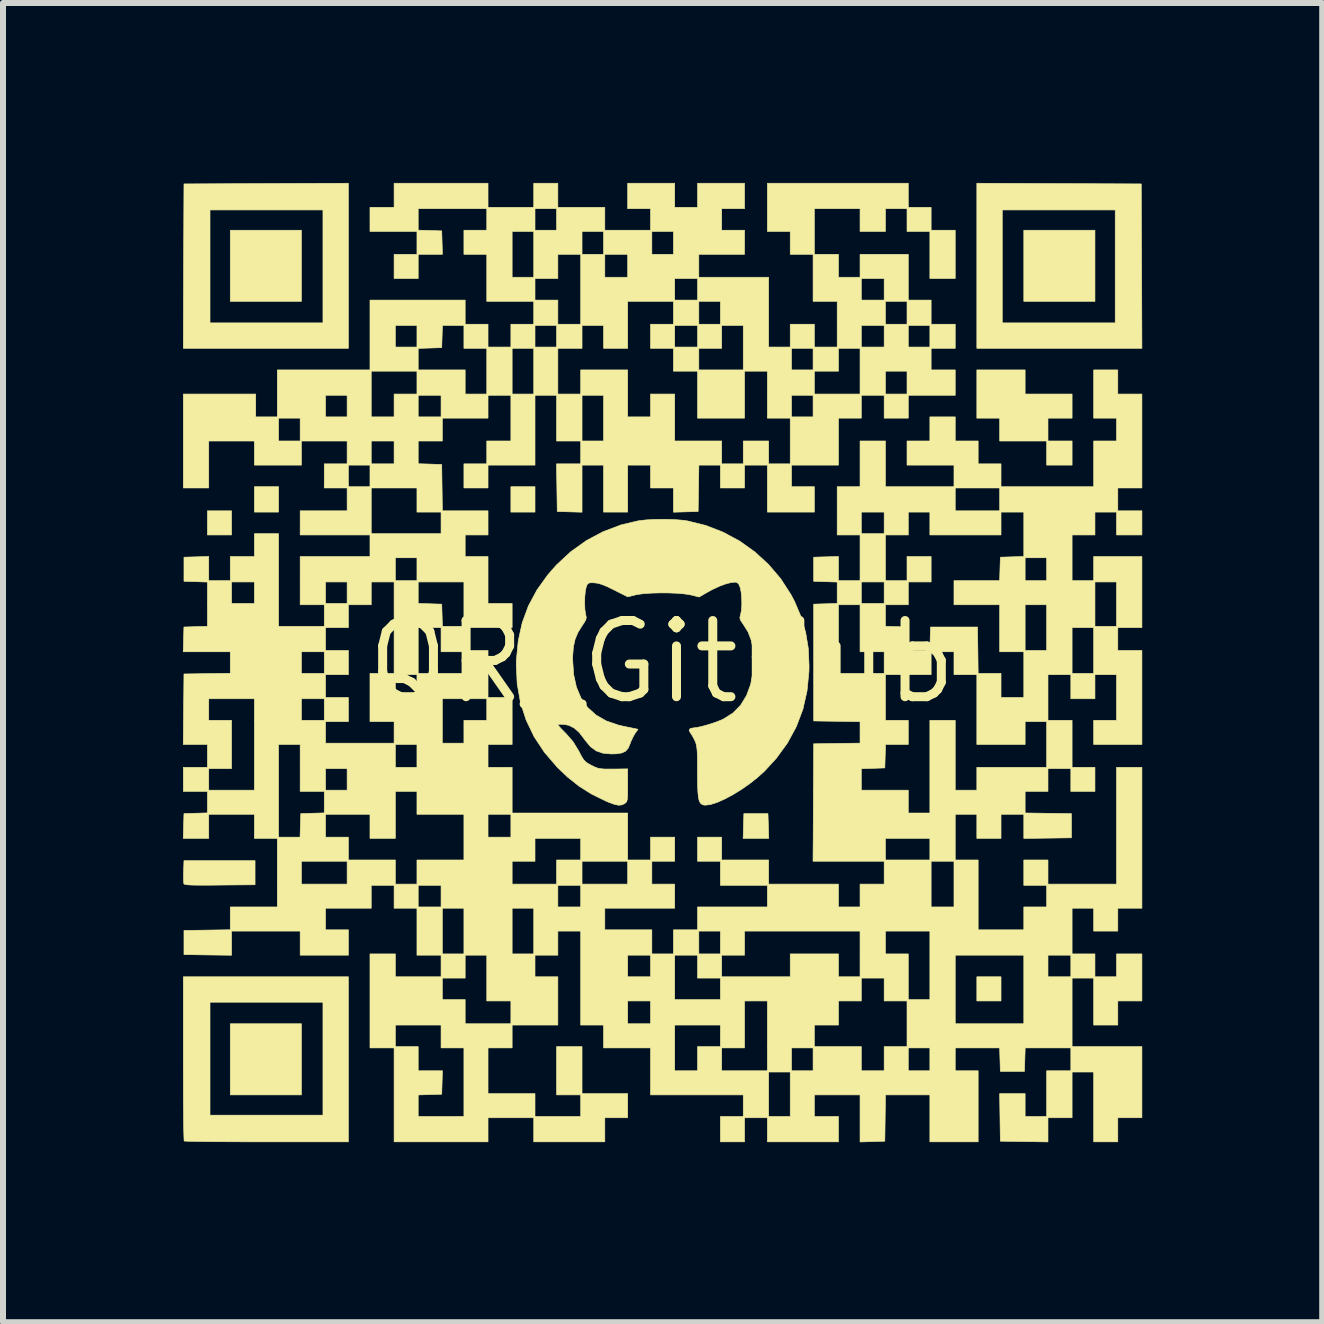
<source format=kicad_pcb>
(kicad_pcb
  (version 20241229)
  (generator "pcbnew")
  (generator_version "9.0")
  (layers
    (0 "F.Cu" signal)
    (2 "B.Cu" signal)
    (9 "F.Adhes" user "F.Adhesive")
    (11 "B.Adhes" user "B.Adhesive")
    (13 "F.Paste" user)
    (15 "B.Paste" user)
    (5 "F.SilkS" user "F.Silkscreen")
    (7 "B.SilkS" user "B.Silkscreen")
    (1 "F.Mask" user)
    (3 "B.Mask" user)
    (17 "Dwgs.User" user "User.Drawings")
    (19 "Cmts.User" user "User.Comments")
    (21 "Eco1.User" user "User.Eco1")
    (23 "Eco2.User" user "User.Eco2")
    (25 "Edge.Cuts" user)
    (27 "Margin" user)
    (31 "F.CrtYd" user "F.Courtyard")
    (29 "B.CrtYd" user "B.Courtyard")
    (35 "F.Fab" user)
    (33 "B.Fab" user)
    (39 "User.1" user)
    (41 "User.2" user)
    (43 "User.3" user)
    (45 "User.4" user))
  (footprint "QR_GitHub"
    (layer "F.Cu")
    (at 7.986 7.985)
    (property "Reference" "QR_GitHub" (at 0 0 0) (layer "F.SilkS") (effects (font (size 1.27 1.27) (thickness 0.15))))
    (attr through_hole)
    (fp_poly (pts (xy -7.176 -2.117) (xy -7.578 -2.117) (xy -7.578 -2.519) (xy -7.176 -2.519) (xy -7.176 -2.117)) (stroke (width 0.01) (type solid)) (fill yes) (layer "F.SilkS"))
    (fp_poly (pts (xy -6.392 -2.498) (xy -6.795 -2.498) (xy -6.795 -2.921) (xy -6.392 -2.921) (xy -6.392 -2.498)) (stroke (width 0.01) (type solid)) (fill yes) (layer "F.SilkS"))
    (fp_poly (pts (xy -6.011 -6.011) (xy -7.197 -6.011) (xy -7.197 -7.197) (xy -6.011 -7.197) (xy -6.011 -6.011)) (stroke (width 0.01) (type solid)) (fill yes) (layer "F.SilkS"))
    (fp_poly (pts (xy -6.011 7.218) (xy -7.197 7.218) (xy -7.197 6.032) (xy -6.011 6.032) (xy -6.011 7.218)) (stroke (width 0.01) (type solid)) (fill yes) (layer "F.SilkS"))
    (fp_poly (pts (xy -2.117 -2.498) (xy -2.519 -2.498) (xy -2.519 -2.921) (xy -2.117 -2.921) (xy -2.117 -2.498)) (stroke (width 0.01) (type solid)) (fill yes) (layer "F.SilkS"))
    (fp_poly (pts (xy 1.78 2.942) (xy 1.353 2.942) (xy 1.365 2.529) (xy 1.767 2.529) (xy 1.78 2.942)) (stroke (width 0.01) (type solid)) (fill yes) (layer "F.SilkS"))
    (fp_poly (pts (xy 5.652 5.652) (xy 5.249 5.652) (xy 5.249 5.249) (xy 5.652 5.249) (xy 5.652 5.652)) (stroke (width 0.01) (type solid)) (fill yes) (layer "F.SilkS"))
    (fp_poly (pts (xy 7.218 -6.011) (xy 6.032 -6.011) (xy 6.032 -7.197) (xy 7.218 -7.197) (xy 7.218 -6.011)) (stroke (width 0.01) (type solid)) (fill yes) (layer "F.SilkS"))
    (fp_poly (pts (xy 7.99 -7.969) (xy 7.996 -6.599) (xy 8.001 -5.228) (xy 5.249 -5.228) (xy 5.249 -7.535) (xy 5.673 -7.535) (xy 5.673 -5.652) (xy 7.556 -5.652) (xy 7.556 -7.535) (xy 5.673 -7.535) (xy 5.249 -7.535) (xy 5.249 -7.98) (xy 7.99 -7.969)) (stroke (width 0.01) (type solid)) (fill yes) (layer "F.SilkS"))
    (fp_poly (pts (xy -5.228 -5.228) (xy -7.98 -5.228) (xy -7.975 -6.599) (xy -7.971 -7.535) (xy -7.535 -7.535) (xy -7.535 -5.652) (xy -5.652 -5.652) (xy -5.652 -7.535) (xy -7.535 -7.535) (xy -7.971 -7.535) (xy -7.969 -7.969) (xy -6.599 -7.975) (xy -5.228 -7.98) (xy -5.228 -5.228)) (stroke (width 0.01) (type solid)) (fill yes) (layer "F.SilkS"))
    (fp_poly (pts (xy 6.054 -4.466) (xy 6.837 -4.466) (xy 6.837 -4.064) (xy 6.435 -4.064) (xy 6.435 -3.683) (xy 6.837 -3.683) (xy 6.837 -3.281) (xy 6.413 -3.281) (xy 6.413 -3.683) (xy 5.63 -3.683) (xy 5.63 -4.064) (xy 5.249 -4.064) (xy 5.249 -4.868) (xy 6.054 -4.868) (xy 6.054 -4.466)) (stroke (width 0.01) (type solid)) (fill yes) (layer "F.SilkS"))
    (fp_poly (pts (xy -6.784 3.715) (xy -7.372 3.72) (xy -7.55 3.722) (xy -7.691 3.722) (xy -7.798 3.721) (xy -7.875 3.718) (xy -7.926 3.714) (xy -7.956 3.708) (xy -7.97 3.699) (xy -7.971 3.697) (xy -7.975 3.664) (xy -7.977 3.6) (xy -7.976 3.518) (xy -7.975 3.491) (xy -7.969 3.313) (xy -6.784 3.313) (xy -6.784 3.715)) (stroke (width 0.01) (type solid)) (fill yes) (layer "F.SilkS"))
    (fp_poly (pts (xy -5.228 8.001) (xy -6.59 8.001) (xy -6.826 8.001) (xy -7.05 8) (xy -7.257 7.999) (xy -7.445 7.998) (xy -7.61 7.996) (xy -7.747 7.994) (xy -7.854 7.992) (xy -7.928 7.99) (xy -7.963 7.988) (xy -7.966 7.987) (xy -7.968 7.964) (xy -7.97 7.902) (xy -7.973 7.805) (xy -7.975 7.676) (xy -7.976 7.52) (xy -7.978 7.339) (xy -7.979 7.137) (xy -7.979 6.918) (xy -7.98 6.685) (xy -7.98 6.611) (xy -7.98 5.673) (xy -7.535 5.673) (xy -7.535 7.556) (xy -5.652 7.556) (xy -5.652 5.673) (xy -7.535 5.673) (xy -7.98 5.673) (xy -7.98 5.249) (xy -5.228 5.249) (xy -5.228 8.001)) (stroke (width 0.01) (type solid)) (fill yes) (layer "F.SilkS"))
    (fp_poly (pts (xy 0.212 -2.373) (xy 0.357 -2.361) (xy 0.423 -2.351) (xy 0.728 -2.276) (xy 1.019 -2.163) (xy 1.294 -2.015) (xy 1.548 -1.834) (xy 1.777 -1.624) (xy 1.979 -1.387) (xy 2.148 -1.126) (xy 2.208 -1.013) (xy 2.32 -0.75) (xy 2.396 -0.489) (xy 2.44 -0.219) (xy 2.452 0.069) (xy 2.45 0.163) (xy 2.418 0.485) (xy 2.349 0.79) (xy 2.24 1.078) (xy 2.093 1.35) (xy 1.906 1.607) (xy 1.71 1.82) (xy 1.592 1.927) (xy 1.46 2.031) (xy 1.321 2.128) (xy 1.181 2.214) (xy 1.045 2.286) (xy 0.92 2.342) (xy 0.811 2.377) (xy 0.725 2.388) (xy 0.693 2.385) (xy 0.662 2.372) (xy 0.638 2.35) (xy 0.62 2.313) (xy 0.607 2.256) (xy 0.599 2.173) (xy 0.594 2.061) (xy 0.592 1.913) (xy 0.592 1.835) (xy 0.592 1.687) (xy 0.59 1.574) (xy 0.587 1.49) (xy 0.581 1.429) (xy 0.573 1.382) (xy 0.562 1.344) (xy 0.549 1.313) (xy 0.516 1.249) (xy 0.484 1.196) (xy 0.473 1.182) (xy 0.452 1.14) (xy 0.469 1.111) (xy 0.516 1.101) (xy 0.584 1.093) (xy 0.677 1.072) (xy 0.784 1.042) (xy 0.893 1.006) (xy 0.99 0.968) (xy 1.028 0.95) (xy 1.184 0.851) (xy 1.312 0.72) (xy 1.41 0.56) (xy 1.479 0.372) (xy 1.518 0.156) (xy 1.527 -0.016) (xy 1.519 -0.202) (xy 1.489 -0.36) (xy 1.435 -0.5) (xy 1.352 -0.632) (xy 1.339 -0.65) (xy 1.306 -0.7) (xy 1.298 -0.74) (xy 1.31 -0.786) (xy 1.324 -0.857) (xy 1.331 -0.953) (xy 1.329 -1.06) (xy 1.32 -1.161) (xy 1.305 -1.238) (xy 1.279 -1.3) (xy 1.244 -1.327) (xy 1.232 -1.33) (xy 1.164 -1.326) (xy 1.069 -1.303) (xy 0.96 -1.263) (xy 0.844 -1.209) (xy 0.781 -1.175) (xy 0.619 -1.082) (xy 0.484 -1.116) (xy 0.389 -1.132) (xy 0.264 -1.144) (xy 0.12 -1.15) (xy -0.032 -1.151) (xy -0.18 -1.147) (xy -0.311 -1.138) (xy -0.416 -1.123) (xy -0.439 -1.118) (xy -0.571 -1.085) (xy -0.799 -1.2) (xy -0.912 -1.255) (xy -0.999 -1.291) (xy -1.068 -1.311) (xy -1.129 -1.319) (xy -1.132 -1.319) (xy -1.195 -1.32) (xy -1.23 -1.31) (xy -1.25 -1.284) (xy -1.263 -1.249) (xy -1.278 -1.179) (xy -1.287 -1.082) (xy -1.289 -0.976) (xy -1.285 -0.875) (xy -1.274 -0.796) (xy -1.271 -0.787) (xy -1.262 -0.743) (xy -1.269 -0.705) (xy -1.295 -0.657) (xy -1.325 -0.613) (xy -1.398 -0.497) (xy -1.448 -0.38) (xy -1.477 -0.249) (xy -1.489 -0.095) (xy -1.489 -0.032) (xy -1.473 0.209) (xy -1.426 0.422) (xy -1.348 0.606) (xy -1.238 0.761) (xy -1.098 0.887) (xy -0.926 0.985) (xy -0.723 1.054) (xy -0.654 1.07) (xy -0.571 1.087) (xy -0.498 1.102) (xy -0.451 1.112) (xy -0.449 1.112) (xy -0.4 1.123) (xy -0.448 1.191) (xy -0.484 1.253) (xy -0.52 1.331) (xy -0.532 1.365) (xy -0.564 1.439) (xy -0.608 1.489) (xy -0.672 1.518) (xy -0.763 1.532) (xy -0.847 1.534) (xy -0.983 1.522) (xy -1.096 1.483) (xy -1.193 1.412) (xy -1.283 1.303) (xy -1.291 1.291) (xy -1.378 1.178) (xy -1.463 1.102) (xy -1.553 1.057) (xy -1.631 1.042) (xy -1.691 1.039) (xy -1.729 1.042) (xy -1.736 1.047) (xy -1.721 1.068) (xy -1.684 1.11) (xy -1.629 1.166) (xy -1.602 1.193) (xy -1.483 1.329) (xy -1.388 1.484) (xy -1.384 1.492) (xy -1.341 1.575) (xy -1.306 1.63) (xy -1.27 1.668) (xy -1.222 1.7) (xy -1.175 1.725) (xy -1.118 1.753) (xy -1.07 1.771) (xy -1.018 1.781) (xy -0.953 1.786) (xy -0.862 1.786) (xy -0.811 1.786) (xy -0.572 1.783) (xy -0.572 2.055) (xy -0.572 2.167) (xy -0.574 2.244) (xy -0.579 2.295) (xy -0.588 2.326) (xy -0.602 2.346) (xy -0.619 2.359) (xy -0.667 2.383) (xy -0.723 2.389) (xy -0.795 2.374) (xy -0.891 2.339) (xy -0.935 2.32) (xy -1.172 2.204) (xy -1.382 2.072) (xy -1.579 1.915) (xy -1.748 1.753) (xy -1.96 1.506) (xy -2.133 1.244) (xy -2.266 0.966) (xy -2.36 0.672) (xy -2.414 0.364) (xy -2.429 0.04) (xy -2.427 -0.032) (xy -2.396 -0.353) (xy -2.33 -0.653) (xy -2.227 -0.933) (xy -2.085 -1.198) (xy -1.905 -1.45) (xy -1.759 -1.616) (xy -1.521 -1.837) (xy -1.26 -2.023) (xy -0.98 -2.172) (xy -0.683 -2.284) (xy -0.402 -2.351) (xy -0.274 -2.367) (xy -0.118 -2.376) (xy 0.049 -2.378) (xy 0.212 -2.373)) (stroke (width 0.01) (type solid)) (fill yes) (layer "F.SilkS"))
    (fp_poly (pts (xy -2.9 -7.578) (xy -2.138 -7.578) (xy -2.138 -7.98) (xy -1.736 -7.98) (xy -1.736 -7.578) (xy -0.953 -7.578) (xy -0.953 -7.197) (xy -0.191 -7.197) (xy -0.191 -7.556) (xy -0.572 -7.556) (xy -0.572 -7.98) (xy 0.212 -7.98) (xy 0.212 -7.578) (xy 0.593 -7.578) (xy 0.593 -7.98) (xy 1.376 -7.98) (xy 1.376 -7.556) (xy 0.995 -7.556) (xy 0.995 -7.197) (xy 1.376 -7.197) (xy 1.376 -6.795) (xy 0.614 -6.795) (xy 0.614 -6.413) (xy 1.778 -6.413) (xy 1.778 -5.249) (xy 2.138 -5.249) (xy 2.138 -5.63) (xy 2.54 -5.63) (xy 2.54 -5.249) (xy 2.921 -5.249) (xy 2.921 -5.609) (xy 3.323 -5.609) (xy 3.323 -5.249) (xy 3.704 -5.249) (xy 3.704 -5.609) (xy 4.106 -5.609) (xy 4.106 -5.249) (xy 4.466 -5.249) (xy 4.466 -5.609) (xy 4.106 -5.609) (xy 3.704 -5.609) (xy 3.323 -5.609) (xy 2.921 -5.609) (xy 2.921 -6.011) (xy 3.725 -6.011) (xy 3.725 -5.63) (xy 4.085 -5.63) (xy 4.085 -6.011) (xy 3.725 -6.011) (xy 2.921 -6.011) (xy 2.519 -6.011) (xy 2.519 -6.392) (xy 3.323 -6.392) (xy 3.323 -6.032) (xy 3.704 -6.032) (xy 3.704 -6.392) (xy 3.323 -6.392) (xy 2.519 -6.392) (xy 2.519 -6.795) (xy 2.138 -6.795) (xy 2.138 -7.176) (xy 1.757 -7.176) (xy 1.757 -7.98) (xy 4.106 -7.98) (xy 4.106 -7.578) (xy 4.487 -7.578) (xy 4.487 -7.197) (xy 4.889 -7.197) (xy 4.889 -6.392) (xy 4.466 -6.392) (xy 4.466 -7.176) (xy 4.085 -7.176) (xy 4.085 -7.556) (xy 3.725 -7.556) (xy 3.725 -7.176) (xy 3.302 -7.176) (xy 3.302 -7.556) (xy 2.54 -7.556) (xy 2.54 -6.795) (xy 2.942 -6.795) (xy 2.942 -6.413) (xy 3.302 -6.413) (xy 3.302 -6.795) (xy 4.106 -6.795) (xy 4.106 -6.032) (xy 4.487 -6.032) (xy 4.487 -5.63) (xy 4.889 -5.63) (xy 4.889 -5.228) (xy 4.487 -5.228) (xy 4.487 -4.868) (xy 4.889 -4.868) (xy 4.889 -4.445) (xy 4.106 -4.445) (xy 4.106 -4.064) (xy 3.704 -4.064) (xy 3.704 -4.445) (xy 3.323 -4.445) (xy 3.323 -4.064) (xy 2.942 -4.064) (xy 2.942 -3.281) (xy 2.159 -3.281) (xy 2.159 -2.921) (xy 2.54 -2.921) (xy 2.54 -2.498) (xy 1.757 -2.498) (xy 1.757 -3.281) (xy 1.376 -3.281) (xy 1.376 -2.9) (xy 0.974 -2.9) (xy 0.974 -3.281) (xy 0.615 -3.281) (xy 0.609 -2.895) (xy 0.603 -2.508) (xy 0.191 -2.496) (xy 0.191 -2.9) (xy -0.191 -2.9) (xy -0.191 -3.281) (xy -0.572 -3.281) (xy -0.572 -2.498) (xy -0.974 -2.498) (xy -0.974 -3.281) (xy -1.333 -3.281) (xy -1.333 -2.496) (xy -1.746 -2.508) (xy -1.758 -3.302) (xy -1.355 -3.302) (xy -1.355 -3.683) (xy -1.757 -3.683) (xy -1.757 -4.445) (xy -1.333 -4.445) (xy -1.333 -3.683) (xy -0.974 -3.683) (xy -0.974 -4.445) (xy -1.333 -4.445) (xy -1.757 -4.445) (xy -2.117 -4.445) (xy -2.117 -3.281) (xy -2.9 -3.281) (xy -2.9 -2.9) (xy -3.302 -2.9) (xy -3.302 -3.302) (xy -2.921 -3.302) (xy -2.921 -3.683) (xy -2.519 -3.683) (xy -2.519 -4.445) (xy -2.9 -4.445) (xy -2.9 -4.064) (xy -3.662 -4.064) (xy -3.662 -3.683) (xy -4.064 -3.683) (xy -4.064 -3.304) (xy -3.868 -3.298) (xy -3.672 -3.291) (xy -3.661 -2.519) (xy -2.9 -2.519) (xy -2.9 -2.117) (xy -3.281 -2.117) (xy -3.281 -1.757) (xy -2.9 -1.757) (xy -2.9 -0.974) (xy -2.498 -0.974) (xy -2.498 -0.572) (xy -3.281 -0.572) (xy -3.281 -0.191) (xy -2.9 -0.191) (xy -2.9 0.593) (xy -2.498 0.593) (xy -2.498 1.376) (xy -2.9 1.376) (xy -2.9 1.757) (xy -2.498 1.757) (xy -2.498 2.519) (xy -0.572 2.519) (xy -0.572 3.302) (xy -0.191 3.302) (xy -0.191 2.921) (xy 0.212 2.921) (xy 0.212 3.323) (xy -0.169 3.323) (xy -0.169 3.704) (xy 0.212 3.704) (xy 0.212 4.106) (xy -0.953 4.106) (xy -0.953 4.466) (xy -0.169 4.466) (xy -0.169 4.868) (xy 0.191 4.868) (xy 0.191 4.487) (xy 0.614 4.487) (xy 0.614 4.868) (xy 0.974 4.868) (xy 0.974 4.487) (xy 0.614 4.487) (xy 0.191 4.487) (xy 0.191 4.466) (xy 0.593 4.466) (xy 0.593 4.085) (xy 1.757 4.085) (xy 1.757 3.725) (xy 0.974 3.725) (xy 0.974 3.323) (xy 0.593 3.323) (xy 0.593 2.921) (xy 0.995 2.921) (xy 0.995 3.302) (xy 1.778 3.302) (xy 1.778 3.704) (xy 2.942 3.704) (xy 2.942 4.085) (xy 3.302 4.085) (xy 3.302 3.704) (xy 3.704 3.704) (xy 3.704 3.323) (xy 4.487 3.323) (xy 4.487 4.085) (xy 4.868 4.085) (xy 4.868 3.323) (xy 4.487 3.323) (xy 3.704 3.323) (xy 2.518 3.323) (xy 2.521 2.942) (xy 3.725 2.942) (xy 3.725 3.302) (xy 4.466 3.302) (xy 4.466 2.942) (xy 3.725 2.942) (xy 2.521 2.942) (xy 2.524 2.344) (xy 2.527 1.78) (xy 3.323 1.78) (xy 3.323 2.138) (xy 4.106 2.138) (xy 4.106 2.519) (xy 4.466 2.519) (xy 4.466 0.974) (xy 4.889 0.974) (xy 4.889 2.138) (xy 5.249 2.138) (xy 5.249 1.757) (xy 6.413 1.757) (xy 6.413 0.995) (xy 6.054 0.995) (xy 6.054 1.376) (xy 5.249 1.376) (xy 5.249 0.212) (xy 4.868 0.212) (xy 4.868 -0.169) (xy 4.487 -0.169) (xy 4.487 0.212) (xy 3.725 0.212) (xy 3.725 0.974) (xy 4.106 0.974) (xy 4.106 1.376) (xy 3.727 1.376) (xy 3.715 1.767) (xy 3.519 1.774) (xy 3.323 1.78) (xy 2.527 1.78) (xy 2.529 1.365) (xy 2.916 1.359) (xy 3.302 1.354) (xy 3.302 0.996) (xy 2.916 0.99) (xy 2.529 0.984) (xy 2.529 -0.953) (xy 2.942 -0.953) (xy 2.942 0.191) (xy 3.704 0.191) (xy 3.704 -0.169) (xy 3.302 -0.169) (xy 3.302 -0.953) (xy 2.942 -0.953) (xy 2.529 -0.953) (xy 2.529 -0.963) (xy 2.725 -0.969) (xy 2.921 -0.975) (xy 2.921 -1.332) (xy 2.87 -1.333) (xy 3.323 -1.333) (xy 3.323 -0.974) (xy 3.704 -0.974) (xy 3.704 -1.333) (xy 3.323 -1.333) (xy 2.87 -1.333) (xy 2.725 -1.338) (xy 2.529 -1.344) (xy 2.529 -1.746) (xy 2.942 -1.758) (xy 2.942 -1.355) (xy 3.302 -1.355) (xy 3.302 -2.117) (xy 3.725 -2.117) (xy 3.725 -1.355) (xy 4.085 -1.355) (xy 4.085 -1.757) (xy 4.487 -1.757) (xy 4.487 -1.333) (xy 4.106 -1.333) (xy 4.106 -0.953) (xy 3.725 -0.953) (xy 3.725 -0.594) (xy 3.911 -0.588) (xy 4.096 -0.582) (xy 4.102 -0.386) (xy 4.108 -0.191) (xy 4.465 -0.191) (xy 4.471 -0.386) (xy 4.477 -0.582) (xy 5.26 -0.582) (xy 5.266 -0.196) (xy 5.271 0.191) (xy 5.652 0.191) (xy 5.652 0.593) (xy 6.032 0.593) (xy 6.032 -0.169) (xy 5.63 -0.169) (xy 5.63 -0.953) (xy 6.054 -0.953) (xy 6.054 -0.191) (xy 6.413 -0.191) (xy 6.413 -0.572) (xy 6.837 -0.572) (xy 6.837 0.191) (xy 7.197 0.191) (xy 7.197 -0.572) (xy 6.837 -0.572) (xy 6.413 -0.572) (xy 6.413 -0.953) (xy 6.054 -0.953) (xy 5.63 -0.953) (xy 4.868 -0.953) (xy 4.868 -1.333) (xy 7.218 -1.333) (xy 7.218 -0.593) (xy 7.578 -0.593) (xy 7.578 -1.333) (xy 7.218 -1.333) (xy 4.868 -1.333) (xy 4.868 -1.355) (xy 5.629 -1.355) (xy 5.635 -1.55) (xy 5.641 -1.736) (xy 6.054 -1.736) (xy 6.054 -1.355) (xy 6.413 -1.355) (xy 6.413 -1.736) (xy 6.054 -1.736) (xy 5.641 -1.736) (xy 5.641 -1.746) (xy 5.837 -1.752) (xy 6.032 -1.758) (xy 6.032 -2.498) (xy 5.652 -2.498) (xy 5.652 -2.117) (xy 4.466 -2.117) (xy 4.466 -2.498) (xy 4.106 -2.498) (xy 4.106 -2.117) (xy 3.725 -2.117) (xy 3.302 -2.117) (xy 2.921 -2.117) (xy 2.921 -2.498) (xy 3.323 -2.498) (xy 3.323 -2.138) (xy 3.704 -2.138) (xy 3.704 -2.498) (xy 3.323 -2.498) (xy 2.921 -2.498) (xy 2.921 -2.9) (xy 4.889 -2.9) (xy 4.889 -2.519) (xy 5.63 -2.519) (xy 5.63 -2.9) (xy 4.889 -2.9) (xy 2.921 -2.9) (xy 2.921 -2.921) (xy 3.302 -2.921) (xy 3.302 -3.683) (xy 3.725 -3.683) (xy 3.725 -2.921) (xy 4.868 -2.921) (xy 4.868 -3.281) (xy 4.085 -3.281) (xy 4.085 -3.683) (xy 4.466 -3.683) (xy 4.466 -4.085) (xy 4.889 -4.085) (xy 4.889 -3.683) (xy 5.271 -3.683) (xy 5.271 -3.302) (xy 5.652 -3.302) (xy 5.652 -2.921) (xy 7.197 -2.921) (xy 7.197 -3.683) (xy 7.578 -3.683) (xy 7.578 -4.064) (xy 7.197 -4.064) (xy 7.197 -4.868) (xy 7.599 -4.868) (xy 7.599 -4.466) (xy 8.001 -4.466) (xy 8.001 -2.9) (xy 7.599 -2.9) (xy 7.599 -2.519) (xy 8.001 -2.519) (xy 8.001 -2.117) (xy 7.578 -2.117) (xy 7.578 -2.498) (xy 7.218 -2.498) (xy 7.218 -2.117) (xy 6.837 -2.117) (xy 6.837 -1.355) (xy 7.197 -1.355) (xy 7.197 -1.757) (xy 8.001 -1.757) (xy 8.001 -0.572) (xy 7.599 -0.572) (xy 7.599 -0.191) (xy 8.001 -0.191) (xy 8.001 1.376) (xy 7.197 1.376) (xy 7.197 0.974) (xy 7.578 0.974) (xy 7.578 0.212) (xy 7.218 0.212) (xy 7.218 0.614) (xy 6.816 0.614) (xy 6.816 0.212) (xy 6.435 0.212) (xy 6.435 0.974) (xy 6.837 0.974) (xy 6.837 1.757) (xy 7.218 1.757) (xy 7.218 2.159) (xy 6.816 2.159) (xy 6.816 1.778) (xy 6.435 1.778) (xy 6.435 2.159) (xy 6.054 2.159) (xy 6.054 2.518) (xy 6.44 2.524) (xy 6.826 2.529) (xy 6.826 2.932) (xy 6.032 2.943) (xy 6.032 2.54) (xy 5.652 2.54) (xy 5.652 2.942) (xy 5.249 2.942) (xy 5.249 2.54) (xy 4.889 2.54) (xy 4.889 3.302) (xy 5.271 3.302) (xy 5.271 4.466) (xy 6.032 4.466) (xy 6.032 4.085) (xy 6.413 4.085) (xy 6.413 3.725) (xy 6.032 3.725) (xy 6.032 3.302) (xy 6.435 3.302) (xy 6.435 3.704) (xy 7.578 3.704) (xy 7.578 1.757) (xy 8.001 1.757) (xy 8.001 4.106) (xy 7.599 4.106) (xy 7.599 4.487) (xy 7.197 4.487) (xy 7.197 4.106) (xy 6.837 4.106) (xy 6.837 4.868) (xy 7.218 4.868) (xy 7.218 5.249) (xy 7.578 5.249) (xy 7.578 4.868) (xy 8.001 4.868) (xy 8.001 5.652) (xy 7.599 5.652) (xy 7.599 6.054) (xy 7.197 6.054) (xy 7.197 5.271) (xy 6.837 5.271) (xy 6.837 6.413) (xy 8.001 6.413) (xy 8.001 7.599) (xy 7.599 7.599) (xy 7.599 8.001) (xy 7.197 8.001) (xy 7.197 6.837) (xy 6.837 6.837) (xy 6.837 7.599) (xy 6.435 7.599) (xy 6.435 8.002) (xy 6.038 7.996) (xy 5.641 7.99) (xy 5.629 7.197) (xy 6.054 7.197) (xy 6.054 7.578) (xy 6.413 7.578) (xy 6.413 6.816) (xy 6.816 6.816) (xy 6.816 6.435) (xy 6.055 6.435) (xy 6.049 6.63) (xy 6.043 6.826) (xy 5.641 6.826) (xy 5.635 6.63) (xy 5.629 6.435) (xy 4.889 6.435) (xy 4.889 6.816) (xy 5.271 6.816) (xy 5.271 8.001) (xy 4.466 8.001) (xy 4.466 7.218) (xy 3.726 7.218) (xy 3.715 7.99) (xy 3.302 8.003) (xy 3.302 7.218) (xy 2.54 7.218) (xy 2.54 7.578) (xy 2.942 7.578) (xy 2.942 8.001) (xy 1.757 8.001) (xy 1.757 7.599) (xy 1.376 7.599) (xy 1.376 8.001) (xy 0.974 8.001) (xy 0.974 7.578) (xy 1.355 7.578) (xy 1.355 7.218) (xy -0.191 7.218) (xy -0.191 6.837) (xy 1.778 6.837) (xy 1.778 7.578) (xy 2.138 7.578) (xy 2.138 6.837) (xy 1.778 6.837) (xy -0.191 6.837) (xy -0.191 6.435) (xy -0.974 6.435) (xy -0.974 6.054) (xy 0.212 6.054) (xy 0.212 6.816) (xy 0.593 6.816) (xy 0.593 6.435) (xy 0.995 6.435) (xy 0.995 6.816) (xy 1.757 6.816) (xy 1.757 6.435) (xy 2.159 6.435) (xy 2.159 6.816) (xy 2.519 6.816) (xy 2.519 6.435) (xy 2.159 6.435) (xy 1.757 6.435) (xy 1.757 6.054) (xy 2.54 6.054) (xy 2.54 6.413) (xy 3.323 6.413) (xy 3.323 6.816) (xy 3.704 6.816) (xy 3.704 6.435) (xy 4.106 6.435) (xy 4.106 6.816) (xy 4.466 6.816) (xy 4.466 6.435) (xy 4.106 6.435) (xy 3.704 6.435) (xy 3.704 6.413) (xy 4.085 6.413) (xy 4.085 5.652) (xy 3.704 5.652) (xy 3.704 5.271) (xy 3.323 5.271) (xy 3.323 5.652) (xy 2.942 5.652) (xy 2.942 6.054) (xy 2.54 6.054) (xy 1.757 6.054) (xy 1.757 5.652) (xy 1.376 5.652) (xy 1.376 6.435) (xy 0.995 6.435) (xy 0.593 6.435) (xy 0.593 6.413) (xy 0.974 6.413) (xy 0.974 6.054) (xy 0.212 6.054) (xy -0.974 6.054) (xy -1.355 6.054) (xy -1.355 5.652) (xy -0.572 5.652) (xy -0.572 6.032) (xy -0.191 6.032) (xy -0.191 5.652) (xy -0.572 5.652) (xy -1.355 5.652) (xy -1.355 4.889) (xy -0.572 4.889) (xy -0.572 5.249) (xy -0.191 5.249) (xy -0.191 4.889) (xy 0.212 4.889) (xy 0.212 5.63) (xy 0.974 5.63) (xy 0.974 5.271) (xy 0.593 5.271) (xy 0.593 4.889) (xy 0.995 4.889) (xy 0.995 5.249) (xy 2.138 5.249) (xy 2.138 4.868) (xy 2.942 4.868) (xy 2.942 5.249) (xy 3.302 5.249) (xy 3.302 4.487) (xy 3.725 4.487) (xy 3.725 4.868) (xy 4.106 4.868) (xy 4.106 5.63) (xy 4.466 5.63) (xy 4.466 4.889) (xy 4.889 4.889) (xy 4.889 6.032) (xy 6.032 6.032) (xy 6.032 4.889) (xy 6.435 4.889) (xy 6.435 5.249) (xy 6.816 5.249) (xy 6.816 4.889) (xy 6.435 4.889) (xy 6.032 4.889) (xy 4.889 4.889) (xy 4.466 4.889) (xy 4.466 4.487) (xy 3.725 4.487) (xy 3.302 4.487) (xy 1.376 4.487) (xy 1.376 4.889) (xy 0.995 4.889) (xy 0.593 4.889) (xy 0.212 4.889) (xy -0.191 4.889) (xy -0.572 4.889) (xy -1.355 4.889) (xy -1.355 4.487) (xy -1.736 4.487) (xy -1.736 4.889) (xy -2.117 4.889) (xy -2.117 5.249) (xy -1.736 5.249) (xy -1.736 6.054) (xy -2.498 6.054) (xy -2.498 6.435) (xy -2.9 6.435) (xy -2.9 7.197) (xy -2.117 7.197) (xy -2.117 7.578) (xy -1.355 7.578) (xy -1.355 7.218) (xy -1.757 7.218) (xy -1.757 6.413) (xy -1.333 6.413) (xy -1.333 7.197) (xy -0.572 7.197) (xy -0.572 7.599) (xy -0.953 7.599) (xy -0.953 8.001) (xy -2.138 8.001) (xy -2.138 7.599) (xy -2.9 7.599) (xy -2.9 8.001) (xy -4.466 8.001) (xy -4.466 6.435) (xy -4.868 6.435) (xy -4.868 6.054) (xy -4.445 6.054) (xy -4.445 6.413) (xy -4.064 6.413) (xy -4.064 6.816) (xy -3.66 6.816) (xy -3.666 7.011) (xy -3.672 7.207) (xy -3.868 7.213) (xy -4.064 7.219) (xy -4.064 7.578) (xy -3.302 7.578) (xy -3.302 6.435) (xy -3.683 6.435) (xy -3.683 6.054) (xy -4.445 6.054) (xy -4.868 6.054) (xy -4.868 5.271) (xy -3.662 5.271) (xy -3.662 5.63) (xy -3.281 5.63) (xy -3.281 6.032) (xy -2.519 6.032) (xy -2.519 5.652) (xy -2.921 5.652) (xy -2.921 4.889) (xy -3.281 4.889) (xy -3.281 5.271) (xy -3.662 5.271) (xy -4.868 5.271) (xy -4.868 4.868) (xy -4.445 4.868) (xy -4.445 5.249) (xy -3.683 5.249) (xy -3.683 4.889) (xy -4.085 4.889) (xy -4.085 4.106) (xy -3.662 4.106) (xy -3.662 4.868) (xy -3.302 4.868) (xy -3.302 4.106) (xy -2.498 4.106) (xy -2.498 4.868) (xy -2.138 4.868) (xy -2.138 4.106) (xy -2.498 4.106) (xy -3.302 4.106) (xy -3.662 4.106) (xy -4.085 4.106) (xy -4.466 4.106) (xy -4.466 3.725) (xy -4.064 3.725) (xy -4.064 4.085) (xy -3.683 4.085) (xy -3.683 3.725) (xy -1.736 3.725) (xy -1.736 4.085) (xy -1.355 4.085) (xy -1.355 3.725) (xy -1.736 3.725) (xy -3.683 3.725) (xy -4.064 3.725) (xy -4.466 3.725) (xy -4.847 3.725) (xy -4.847 4.106) (xy -5.609 4.106) (xy -5.609 4.466) (xy -5.228 4.466) (xy -5.228 4.889) (xy -6.032 4.889) (xy -6.032 4.487) (xy -7.176 4.487) (xy -7.176 4.89) (xy -7.572 4.885) (xy -7.969 4.879) (xy -7.969 4.477) (xy -7.583 4.471) (xy -7.197 4.465) (xy -7.197 4.085) (xy -6.413 4.085) (xy -6.413 3.323) (xy -6.011 3.323) (xy -6.011 3.704) (xy -5.249 3.704) (xy -5.249 3.323) (xy -6.011 3.323) (xy -6.413 3.323) (xy -6.413 2.942) (xy -6.795 2.942) (xy -6.795 2.54) (xy -7.556 2.54) (xy -7.556 2.942) (xy -7.981 2.942) (xy -7.969 2.529) (xy -7.773 2.523) (xy -7.578 2.517) (xy -7.578 2.159) (xy -7.98 2.159) (xy -7.98 1.757) (xy -7.578 1.757) (xy -7.578 1.376) (xy -7.981 1.376) (xy -7.975 0.788) (xy -7.973 0.614) (xy -7.556 0.614) (xy -7.556 0.974) (xy -7.176 0.974) (xy -7.176 1.778) (xy -7.556 1.778) (xy -7.556 2.138) (xy -6.795 2.138) (xy -6.795 1.376) (xy -6.392 1.376) (xy -6.392 2.921) (xy -6.034 2.921) (xy -6.028 2.725) (xy -6.022 2.54) (xy -5.609 2.54) (xy -5.609 2.921) (xy -5.228 2.921) (xy -5.228 3.302) (xy -4.445 3.302) (xy -4.445 3.704) (xy -4.085 3.704) (xy -4.085 3.323) (xy -2.498 3.323) (xy -2.498 3.704) (xy -1.757 3.704) (xy -1.757 3.323) (xy -1.333 3.323) (xy -1.333 3.704) (xy -0.572 3.704) (xy -0.572 3.323) (xy -1.333 3.323) (xy -1.757 3.323) (xy -1.757 3.302) (xy -1.355 3.302) (xy -1.355 2.942) (xy -2.117 2.942) (xy -2.117 3.323) (xy -2.498 3.323) (xy -4.085 3.323) (xy -4.085 3.302) (xy -3.302 3.302) (xy -3.302 2.54) (xy -2.9 2.54) (xy -2.9 2.921) (xy -2.519 2.921) (xy -2.519 2.54) (xy -2.9 2.54) (xy -3.302 2.54) (xy -4.085 2.54) (xy -4.085 2.159) (xy -4.445 2.159) (xy -4.445 2.942) (xy -4.868 2.942) (xy -4.868 2.54) (xy -5.609 2.54) (xy -6.022 2.54) (xy -6.022 2.529) (xy -5.63 2.517) (xy -5.63 2.159) (xy -6.032 2.159) (xy -6.032 1.778) (xy -5.609 1.778) (xy -5.609 2.138) (xy -5.249 2.138) (xy -5.249 1.778) (xy -5.609 1.778) (xy -6.032 1.778) (xy -6.032 1.376) (xy -4.445 1.376) (xy -4.445 1.757) (xy -4.085 1.757) (xy -4.085 1.376) (xy -4.445 1.376) (xy -6.032 1.376) (xy -6.392 1.376) (xy -6.795 1.376) (xy -6.795 0.614) (xy -6.011 0.614) (xy -6.011 0.974) (xy -5.63 0.974) (xy -5.63 0.614) (xy -6.011 0.614) (xy -6.795 0.614) (xy -7.556 0.614) (xy -7.973 0.614) (xy -7.969 0.201) (xy -7.583 0.195) (xy -7.197 0.19) (xy -7.197 -0.169) (xy -6.011 -0.169) (xy -6.011 0.191) (xy -5.63 0.191) (xy -5.63 -0.169) (xy -6.011 -0.169) (xy -7.197 -0.169) (xy -7.981 -0.169) (xy -7.97 -0.572) (xy -5.609 -0.572) (xy -5.609 -0.191) (xy -5.228 -0.191) (xy -5.228 0.212) (xy -5.609 0.212) (xy -5.609 0.593) (xy -5.228 0.593) (xy -5.228 0.995) (xy -5.609 0.995) (xy -5.609 1.355) (xy -4.466 1.355) (xy -4.466 0.995) (xy -4.868 0.995) (xy -4.868 0.614) (xy -3.662 0.614) (xy -3.662 1.355) (xy -3.302 1.355) (xy -3.302 0.974) (xy -2.921 0.974) (xy -2.921 0.614) (xy -3.662 0.614) (xy -4.868 0.614) (xy -4.868 0.212) (xy -4.445 0.212) (xy -4.445 0.593) (xy -4.085 0.593) (xy -4.085 0.212) (xy -4.445 0.212) (xy -4.868 0.212) (xy -4.868 0.191) (xy -4.466 0.191) (xy -4.466 -0.572) (xy -4.064 -0.572) (xy -4.064 0.191) (xy -3.302 0.191) (xy -3.302 -0.169) (xy -3.683 -0.169) (xy -3.683 -0.572) (xy -4.064 -0.572) (xy -4.466 -0.572) (xy -4.466 -1.333) (xy -4.064 -1.333) (xy -4.064 -0.975) (xy -3.868 -0.969) (xy -3.672 -0.963) (xy -3.66 -0.593) (xy -3.302 -0.593) (xy -3.302 -1.333) (xy -4.064 -1.333) (xy -4.466 -1.333) (xy -4.847 -1.333) (xy -4.847 -0.953) (xy -5.228 -0.953) (xy -5.228 -0.572) (xy -5.609 -0.572) (xy -7.97 -0.572) (xy -7.969 -0.582) (xy -7.773 -0.588) (xy -7.578 -0.594) (xy -7.578 -1.332) (xy -7.629 -1.333) (xy -7.176 -1.333) (xy -7.176 -0.974) (xy -6.795 -0.974) (xy -6.795 -1.333) (xy -7.176 -1.333) (xy -7.629 -1.333) (xy -7.773 -1.338) (xy -7.969 -1.344) (xy -7.969 -1.746) (xy -7.556 -1.758) (xy -7.556 -1.355) (xy -7.197 -1.355) (xy -7.197 -1.757) (xy -6.795 -1.757) (xy -6.795 -2.138) (xy -6.392 -2.138) (xy -6.392 -0.593) (xy -5.63 -0.593) (xy -5.63 -0.953) (xy -6.032 -0.953) (xy -6.032 -1.333) (xy -5.609 -1.333) (xy -5.609 -0.974) (xy -5.249 -0.974) (xy -5.249 -1.333) (xy -5.609 -1.333) (xy -6.032 -1.333) (xy -6.032 -1.736) (xy -4.445 -1.736) (xy -4.445 -1.355) (xy -4.085 -1.355) (xy -4.085 -1.736) (xy -4.445 -1.736) (xy -6.032 -1.736) (xy -6.032 -1.757) (xy -4.868 -1.757) (xy -4.868 -2.117) (xy -6.032 -2.117) (xy -6.032 -2.519) (xy -5.249 -2.519) (xy -5.249 -2.9) (xy -4.847 -2.9) (xy -4.847 -2.138) (xy -3.683 -2.138) (xy -3.683 -2.498) (xy -4.085 -2.498) (xy -4.085 -2.9) (xy -4.847 -2.9) (xy -5.249 -2.9) (xy -5.63 -2.9) (xy -5.63 -3.281) (xy -5.228 -3.281) (xy -5.228 -2.921) (xy -4.868 -2.921) (xy -4.868 -3.281) (xy -5.228 -3.281) (xy -5.63 -3.281) (xy -5.63 -3.302) (xy -5.249 -3.302) (xy -5.249 -3.683) (xy -4.847 -3.683) (xy -4.847 -3.302) (xy -4.466 -3.302) (xy -4.466 -3.683) (xy -4.847 -3.683) (xy -5.249 -3.683) (xy -6.011 -3.683) (xy -6.011 -3.281) (xy -6.795 -3.281) (xy -6.795 -3.683) (xy -7.556 -3.683) (xy -7.556 -2.9) (xy -7.98 -2.9) (xy -7.98 -4.064) (xy -6.392 -4.064) (xy -6.392 -3.683) (xy -6.032 -3.683) (xy -6.032 -4.064) (xy -6.392 -4.064) (xy -7.98 -4.064) (xy -7.98 -4.466) (xy -6.773 -4.466) (xy -6.773 -4.085) (xy -6.413 -4.085) (xy -6.413 -4.445) (xy -5.609 -4.445) (xy -5.609 -4.085) (xy -5.249 -4.085) (xy -5.249 -4.445) (xy -5.609 -4.445) (xy -6.413 -4.445) (xy -6.413 -4.847) (xy -4.847 -4.847) (xy -4.847 -4.085) (xy -4.466 -4.085) (xy -4.466 -4.445) (xy -4.064 -4.445) (xy -4.064 -4.085) (xy -3.683 -4.085) (xy -3.683 -4.445) (xy -4.064 -4.445) (xy -4.466 -4.445) (xy -4.466 -4.466) (xy -4.085 -4.466) (xy -4.085 -4.847) (xy -4.847 -4.847) (xy -6.413 -4.847) (xy -6.413 -4.868) (xy -4.868 -4.868) (xy -4.868 -5.227) (xy -4.064 -5.227) (xy -4.064 -4.868) (xy -3.281 -4.868) (xy -3.281 -4.466) (xy -2.921 -4.466) (xy -2.921 -5.228) (xy -2.498 -5.228) (xy -2.498 -4.466) (xy -2.138 -4.466) (xy -2.138 -5.228) (xy -1.736 -5.228) (xy -1.736 -4.466) (xy -1.355 -4.466) (xy -1.355 -4.868) (xy -0.572 -4.868) (xy -0.572 -4.085) (xy -0.191 -4.085) (xy -0.191 -4.466) (xy 0.212 -4.466) (xy 0.212 -3.683) (xy 0.995 -3.683) (xy 0.995 -3.302) (xy 1.355 -3.302) (xy 1.355 -3.683) (xy 1.778 -3.683) (xy 1.778 -3.302) (xy 2.138 -3.302) (xy 2.138 -4.064) (xy 1.757 -4.064) (xy 1.757 -4.445) (xy 2.159 -4.445) (xy 2.159 -4.085) (xy 2.519 -4.085) (xy 2.519 -4.445) (xy 2.159 -4.445) (xy 1.757 -4.445) (xy 1.757 -4.847) (xy 2.54 -4.847) (xy 2.54 -4.466) (xy 3.302 -4.466) (xy 3.302 -4.847) (xy 3.725 -4.847) (xy 3.725 -4.466) (xy 4.085 -4.466) (xy 4.085 -4.847) (xy 3.725 -4.847) (xy 3.302 -4.847) (xy 3.302 -5.228) (xy 2.942 -5.228) (xy 2.942 -4.847) (xy 2.54 -4.847) (xy 1.757 -4.847) (xy 1.376 -4.847) (xy 1.376 -4.064) (xy 0.593 -4.064) (xy 0.593 -4.847) (xy 0.191 -4.847) (xy 0.191 -5.228) (xy 0.614 -5.228) (xy 0.614 -4.868) (xy 1.355 -4.868) (xy 1.355 -5.228) (xy 2.159 -5.228) (xy 2.159 -4.868) (xy 2.519 -4.868) (xy 2.519 -5.228) (xy 2.159 -5.228) (xy 1.355 -5.228) (xy 1.355 -5.609) (xy 0.995 -5.609) (xy 0.995 -5.228) (xy 0.614 -5.228) (xy 0.191 -5.228) (xy -0.191 -5.228) (xy -0.191 -5.609) (xy 0.212 -5.609) (xy 0.212 -5.249) (xy 0.593 -5.249) (xy 0.593 -5.609) (xy 0.212 -5.609) (xy -0.191 -5.609) (xy -0.191 -5.63) (xy 0.191 -5.63) (xy 0.191 -6.011) (xy 0.614 -6.011) (xy 0.614 -5.63) (xy 0.974 -5.63) (xy 0.974 -6.011) (xy 0.614 -6.011) (xy 0.191 -6.011) (xy -0.572 -6.011) (xy -0.572 -5.228) (xy -0.974 -5.228) (xy -0.974 -5.609) (xy -1.333 -5.609) (xy -1.333 -5.228) (xy -1.736 -5.228) (xy -2.138 -5.228) (xy -2.498 -5.228) (xy -2.921 -5.228) (xy -3.302 -5.228) (xy -3.302 -5.609) (xy -3.66 -5.609) (xy -3.666 -5.424) (xy -3.672 -5.239) (xy -3.868 -5.233) (xy -4.064 -5.227) (xy -4.868 -5.227) (xy -4.868 -5.609) (xy -4.445 -5.609) (xy -4.445 -5.249) (xy -4.085 -5.249) (xy -4.085 -5.609) (xy -4.445 -5.609) (xy -4.868 -5.609) (xy -4.868 -6.032) (xy -3.281 -6.032) (xy -3.281 -5.63) (xy -2.9 -5.63) (xy -2.9 -5.249) (xy -2.519 -5.249) (xy -2.519 -5.609) (xy -2.117 -5.609) (xy -2.117 -5.249) (xy -1.757 -5.249) (xy -1.757 -5.609) (xy -2.117 -5.609) (xy -2.519 -5.609) (xy -2.519 -5.63) (xy -2.138 -5.63) (xy -2.138 -6.011) (xy -2.921 -6.011) (xy -2.921 -6.392) (xy -2.117 -6.392) (xy -2.117 -6.032) (xy -1.736 -6.032) (xy -1.736 -5.63) (xy -1.355 -5.63) (xy -1.355 -6.392) (xy 0.212 -6.392) (xy 0.212 -6.032) (xy 0.593 -6.032) (xy 0.593 -6.392) (xy 0.212 -6.392) (xy -1.355 -6.392) (xy -1.355 -6.795) (xy -1.736 -6.795) (xy -1.736 -6.392) (xy -2.117 -6.392) (xy -2.921 -6.392) (xy -2.921 -6.795) (xy -3.302 -6.795) (xy -3.302 -7.176) (xy -2.498 -7.176) (xy -2.498 -6.413) (xy -2.138 -6.413) (xy -2.138 -7.176) (xy -1.333 -7.176) (xy -1.333 -6.795) (xy -0.974 -6.795) (xy -0.953 -6.795) (xy -0.953 -6.413) (xy -0.572 -6.413) (xy -0.572 -6.795) (xy -0.953 -6.795) (xy -0.974 -6.795) (xy -0.974 -7.176) (xy -0.169 -7.176) (xy -0.169 -6.795) (xy 0.191 -6.795) (xy 0.191 -7.176) (xy -0.169 -7.176) (xy -0.974 -7.176) (xy -1.333 -7.176) (xy -2.138 -7.176) (xy -2.498 -7.176) (xy -3.302 -7.176) (xy -3.302 -7.197) (xy -2.921 -7.197) (xy -2.921 -7.556) (xy -2.117 -7.556) (xy -2.117 -7.197) (xy -1.757 -7.197) (xy -1.757 -7.556) (xy -2.117 -7.556) (xy -2.921 -7.556) (xy -4.064 -7.556) (xy -4.064 -7.198) (xy -3.868 -7.192) (xy -3.672 -7.186) (xy -3.666 -6.99) (xy -3.66 -6.795) (xy -4.064 -6.795) (xy -4.064 -6.392) (xy -4.466 -6.392) (xy -4.466 -6.795) (xy -4.085 -6.795) (xy -4.085 -7.176) (xy -4.868 -7.176) (xy -4.868 -7.578) (xy -4.466 -7.578) (xy -4.466 -7.98) (xy -2.9 -7.98) (xy -2.9 -7.578)) (stroke (width 0.01) (type solid)) (fill yes) (layer "F.SilkS")))
  (gr_rect
    (start -3 -3)
    (end 18.993 18.993)
    (stroke (width 0.1) (type default))
    (fill no)
    (layer "Edge.Cuts")))
</source>
